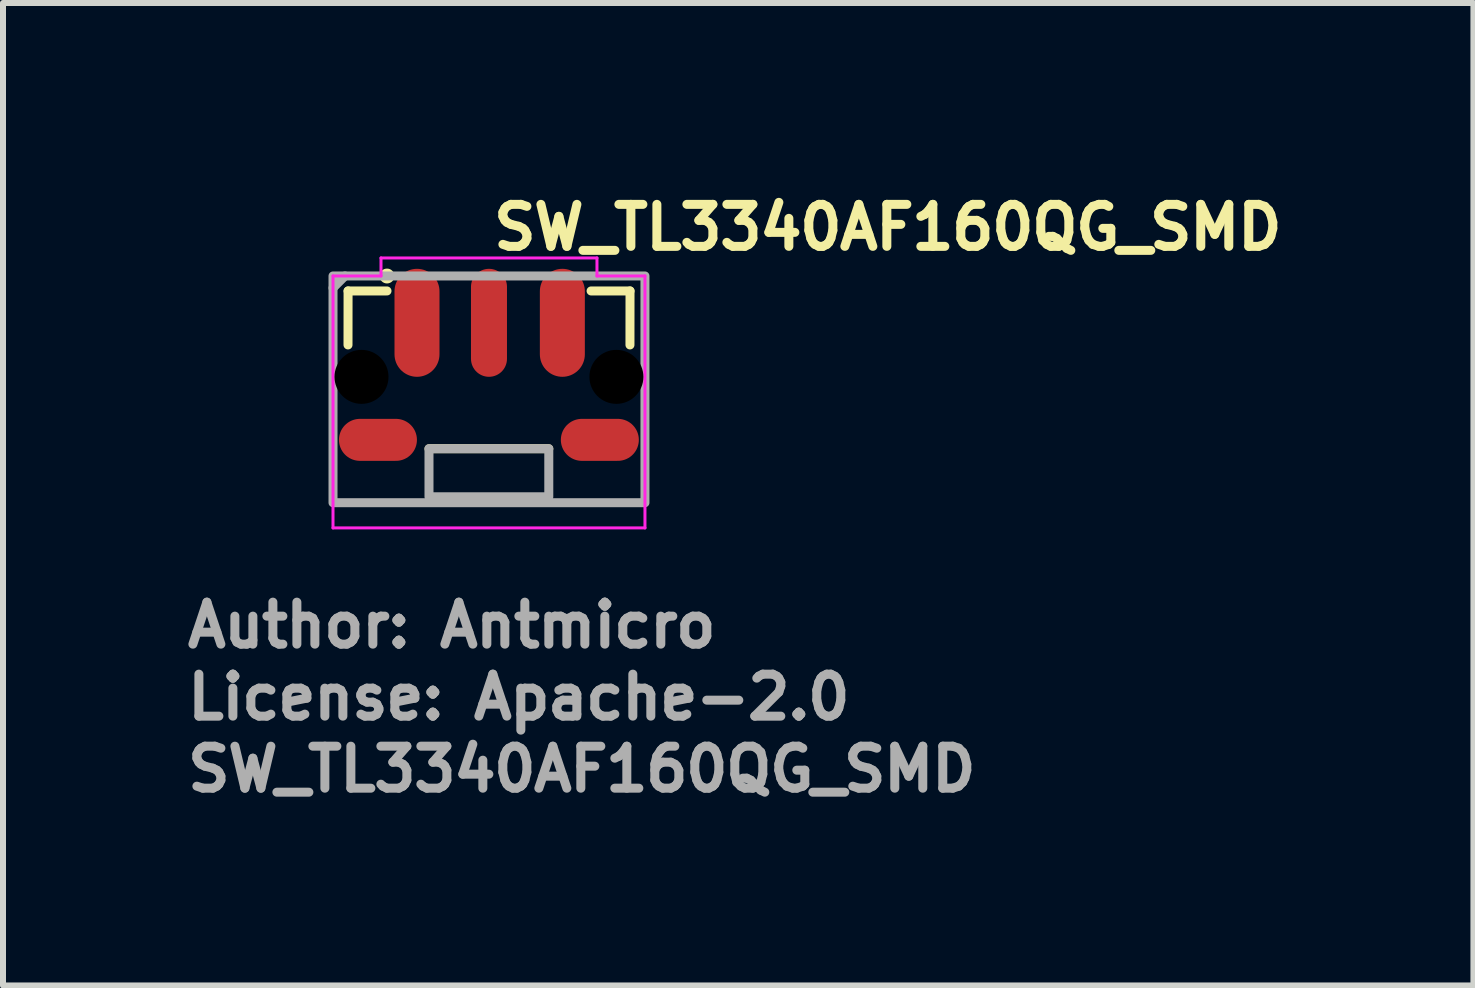
<source format=kicad_pcb>
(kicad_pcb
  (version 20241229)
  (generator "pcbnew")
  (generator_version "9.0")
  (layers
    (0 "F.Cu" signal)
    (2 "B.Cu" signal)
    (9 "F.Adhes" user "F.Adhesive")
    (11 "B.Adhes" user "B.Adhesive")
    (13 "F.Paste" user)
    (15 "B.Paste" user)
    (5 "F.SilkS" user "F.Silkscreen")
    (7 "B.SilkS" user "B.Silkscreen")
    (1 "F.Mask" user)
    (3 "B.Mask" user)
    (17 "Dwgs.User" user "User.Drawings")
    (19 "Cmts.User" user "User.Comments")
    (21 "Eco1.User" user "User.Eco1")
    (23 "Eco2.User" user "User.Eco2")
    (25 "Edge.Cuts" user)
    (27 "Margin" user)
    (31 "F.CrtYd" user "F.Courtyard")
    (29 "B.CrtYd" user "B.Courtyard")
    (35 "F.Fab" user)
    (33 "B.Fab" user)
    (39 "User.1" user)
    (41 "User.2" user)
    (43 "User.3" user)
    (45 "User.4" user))
  (footprint "SW_TL3340AF160QG_SMD"
    (layer "F.Cu")
    (at 5.101 3.45)
    (property "Reference" "SW_TL3340AF160QG_SMD" (at 0 -2.3 0) (layer "F.SilkS") (effects (font (size 0.7 0.7) (thickness 0.15)) (justify left bottom)))
    (attr smd)
    (fp_line (start -2.349 -1.65) (end -2.35 -0.75) (stroke (width 0.15) (type solid)) (layer "F.SilkS"))
    (fp_line (start -2.349 -1.65) (end -1.7 -1.65) (stroke (width 0.15) (type solid)) (layer "F.SilkS"))
    (fp_line (start -1 0.98) (end 0.997 0.98) (stroke (width 0.15) (type solid)) (layer "F.SilkS"))
    (fp_line (start 1.702 -1.65) (end 2.351 -1.65) (stroke (width 0.15) (type solid)) (layer "F.SilkS"))
    (fp_line (start 2.351 -1.65) (end 2.35 -0.75) (stroke (width 0.15) (type solid)) (layer "F.SilkS"))
    (fp_circle (center -1.7 -1.899) (end -1.651 -1.899) (stroke (width 0.15) (type solid)) (fill yes) (layer "F.SilkS"))
    (fp_line (start -2.6 -1.9) (end -1.8 -1.9) (stroke (width 0.05) (type solid)) (layer "F.CrtYd"))
    (fp_line (start -2.6 2.3) (end -2.6 -1.9) (stroke (width 0.05) (type solid)) (layer "F.CrtYd"))
    (fp_line (start -1.8 -2.2) (end 1.8 -2.2) (stroke (width 0.05) (type solid)) (layer "F.CrtYd"))
    (fp_line (start -1.8 -1.9) (end -1.8 -2.2) (stroke (width 0.05) (type solid)) (layer "F.CrtYd"))
    (fp_line (start 1.8 -2.2) (end 1.8 -1.9) (stroke (width 0.05) (type solid)) (layer "F.CrtYd"))
    (fp_line (start 1.8 -1.9) (end 2.6 -1.9) (stroke (width 0.05) (type solid)) (layer "F.CrtYd"))
    (fp_line (start 2.6 -1.9) (end 2.6 2.3) (stroke (width 0.05) (type solid)) (layer "F.CrtYd"))
    (fp_line (start 2.6 2.3) (end -2.6 2.3) (stroke (width 0.05) (type solid)) (layer "F.CrtYd"))
    (fp_line (start -2.6 -1.7) (end -2.4 -1.9) (stroke (width 0.15) (type solid)) (layer "F.Fab"))
    (fp_rect (start -2.6 1.88) (end 2.6 -1.9) (stroke (width 0.15) (type solid)) (fill no) (layer "F.Fab"))
    (fp_rect (start 0.997 0.98) (end -1 1.781) (stroke (width 0.15) (type solid)) (fill no) (layer "F.Fab"))
    (fp_rect (start -2.25 -1.833) (end 2.249 1.832) (stroke (width 0.1) (type solid)) (fill no) (layer "User.5"))
    (fp_line (start -2.25 -1.518) (end -2.25 -0.82) (stroke (width 0.02) (type solid)) (layer "User.9"))
    (fp_line (start -2.25 -0.82) (end -2.25 -0.57) (stroke (width 0.02) (type solid)) (layer "User.9"))
    (fp_line (start -2.25 -0.82) (end -2.165 -0.82) (stroke (width 0.02) (type solid)) (layer "User.9"))
    (fp_line (start -2.25 -0.57) (end -2.25 0.682) (stroke (width 0.02) (type solid)) (layer "User.9"))
    (fp_line (start -2.25 -0.57) (end -2 -0.57) (stroke (width 0.02) (type solid)) (layer "User.9"))
    (fp_line (start -2.25 0.696) (end -2.25 0.682) (stroke (width 0.02) (type solid)) (layer "User.9"))
    (fp_line (start -2.25 0.707) (end -2.25 0.696) (stroke (width 0.02) (type solid)) (layer "User.9"))
    (fp_line (start -2.25 0.721) (end -2.25 0.707) (stroke (width 0.02) (type solid)) (layer "User.9"))
    (fp_line (start -2.246 0.734) (end -2.25 0.721) (stroke (width 0.02) (type solid)) (layer "User.9"))
    (fp_line (start -2.243 0.747) (end -2.246 0.734) (stroke (width 0.02) (type solid)) (layer "User.9"))
    (fp_line (start -2.242 0.76) (end -2.243 0.747) (stroke (width 0.02) (type solid)) (layer "User.9"))
    (fp_line (start -2.238 0.774) (end -2.242 0.76) (stroke (width 0.02) (type solid)) (layer "User.9"))
    (fp_line (start -2.234 0.787) (end -2.238 0.774) (stroke (width 0.02) (type solid)) (layer "User.9"))
    (fp_line (start -2.227 0.799) (end -2.234 0.787) (stroke (width 0.02) (type solid)) (layer "User.9"))
    (fp_line (start -2.222 0.811) (end -2.227 0.799) (stroke (width 0.02) (type solid)) (layer "User.9"))
    (fp_line (start -2.218 0.822) (end -2.222 0.811) (stroke (width 0.02) (type solid)) (layer "User.9"))
    (fp_line (start -2.21 0.832) (end -2.218 0.822) (stroke (width 0.02) (type solid)) (layer "User.9"))
    (fp_line (start -2.203 0.843) (end -2.21 0.832) (stroke (width 0.02) (type solid)) (layer "User.9"))
    (fp_line (start -2.195 0.853) (end -2.203 0.843) (stroke (width 0.02) (type solid)) (layer "User.9"))
    (fp_line (start -2.19 0.864) (end -2.195 0.853) (stroke (width 0.02) (type solid)) (layer "User.9"))
    (fp_line (start -2.182 0.874) (end -2.19 0.864) (stroke (width 0.02) (type solid)) (layer "User.9"))
    (fp_line (start -2.173 0.884) (end -2.182 0.874) (stroke (width 0.02) (type solid)) (layer "User.9"))
    (fp_line (start -2.165 -1.518) (end -2.25 -1.518) (stroke (width 0.02) (type solid)) (layer "User.9"))
    (fp_line (start -2.165 -1.518) (end -1.909 -1.518) (stroke (width 0.02) (type solid)) (layer "User.9"))
    (fp_line (start -2.162 0.893) (end -2.173 0.884) (stroke (width 0.02) (type solid)) (layer "User.9"))
    (fp_line (start -2.153 0.904) (end -2.162 0.893) (stroke (width 0.02) (type solid)) (layer "User.9"))
    (fp_line (start -2.145 0.912) (end -2.153 0.904) (stroke (width 0.02) (type solid)) (layer "User.9"))
    (fp_line (start -2.133 0.92) (end -2.145 0.912) (stroke (width 0.02) (type solid)) (layer "User.9"))
    (fp_line (start -2.122 0.928) (end -2.133 0.92) (stroke (width 0.02) (type solid)) (layer "User.9"))
    (fp_line (start -2.113 0.935) (end -2.122 0.928) (stroke (width 0.02) (type solid)) (layer "User.9"))
    (fp_line (start -2.101 0.942) (end -2.113 0.935) (stroke (width 0.02) (type solid)) (layer "User.9"))
    (fp_line (start -2.089 0.948) (end -2.101 0.942) (stroke (width 0.02) (type solid)) (layer "User.9"))
    (fp_line (start -2.077 0.954) (end -2.089 0.948) (stroke (width 0.02) (type solid)) (layer "User.9"))
    (fp_line (start -2.065 0.959) (end -2.077 0.954) (stroke (width 0.02) (type solid)) (layer "User.9"))
    (fp_line (start -2.053 0.962) (end -2.065 0.959) (stroke (width 0.02) (type solid)) (layer "User.9"))
    (fp_line (start -2.04 0.967) (end -2.053 0.962) (stroke (width 0.02) (type solid)) (layer "User.9"))
    (fp_line (start -2.028 0.97) (end -2.04 0.967) (stroke (width 0.02) (type solid)) (layer "User.9"))
    (fp_line (start -2.016 0.973) (end -2.028 0.97) (stroke (width 0.02) (type solid)) (layer "User.9"))
    (fp_line (start -2 -1.569) (end -2 -1.518) (stroke (width 0.02) (type solid)) (layer "User.9"))
    (fp_line (start -2 -0.82) (end -2.165 -0.82) (stroke (width 0.02) (type solid)) (layer "User.9"))
    (fp_line (start -2 -0.82) (end -2 0.782) (stroke (width 0.02) (type solid)) (layer "User.9"))
    (fp_line (start -2 0.782) (end -2 0.976) (stroke (width 0.02) (type solid)) (layer "User.9"))
    (fp_line (start -2 0.782) (end -1.901 0.782) (stroke (width 0.02) (type solid)) (layer "User.9"))
    (fp_line (start -2 0.976) (end -2.016 0.973) (stroke (width 0.02) (type solid)) (layer "User.9"))
    (fp_line (start -1.994 0.977) (end -2 0.976) (stroke (width 0.02) (type solid)) (layer "User.9"))
    (fp_line (start -1.988 0.978) (end -1.994 0.977) (stroke (width 0.02) (type solid)) (layer "User.9"))
    (fp_line (start -1.982 0.979) (end -1.988 0.978) (stroke (width 0.02) (type solid)) (layer "User.9"))
    (fp_line (start -1.976 0.979) (end -1.982 0.979) (stroke (width 0.02) (type solid)) (layer "User.9"))
    (fp_line (start -1.97 0.98) (end -1.976 0.979) (stroke (width 0.02) (type solid)) (layer "User.9"))
    (fp_line (start -1.966 -1.569) (end -2 -1.569) (stroke (width 0.02) (type solid)) (layer "User.9"))
    (fp_line (start -1.966 -1.569) (end -1.635 -1.569) (stroke (width 0.02) (type solid)) (layer "User.9"))
    (fp_line (start -1.964 0.98) (end -1.97 0.98) (stroke (width 0.02) (type solid)) (layer "User.9"))
    (fp_line (start -1.958 0.98) (end -1.964 0.98) (stroke (width 0.02) (type solid)) (layer "User.9"))
    (fp_line (start -1.95 0.98) (end -1.958 0.98) (stroke (width 0.02) (type solid)) (layer "User.9"))
    (fp_line (start -1.95 0.98) (end 1.949 0.98) (stroke (width 0.02) (type solid)) (layer "User.9"))
    (fp_line (start -1.901 -0.82) (end -2 -0.82) (stroke (width 0.02) (type solid)) (layer "User.9"))
    (fp_line (start -1.901 -0.82) (end -1.5 -0.82) (stroke (width 0.02) (type solid)) (layer "User.9"))
    (fp_line (start -1.851 -1.518) (end -1.909 -1.518) (stroke (width 0.02) (type solid)) (layer "User.9"))
    (fp_line (start -1.851 -1.518) (end -1.851 -1.319) (stroke (width 0.02) (type solid)) (layer "User.9"))
    (fp_line (start -1.851 -1.518) (end -1.738 -1.518) (stroke (width 0.02) (type solid)) (layer "User.9"))
    (fp_line (start -1.851 -1.518) (end -1.738 -1.518) (stroke (width 0.02) (type solid)) (layer "User.9"))
    (fp_line (start -1.851 -1.018) (end -1.851 -1.319) (stroke (width 0.02) (type solid)) (layer "User.9"))
    (fp_line (start -1.851 -1.018) (end -1.851 -0.82) (stroke (width 0.02) (type solid)) (layer "User.9"))
    (fp_line (start -1.738 -1.518) (end -1.651 -1.518) (stroke (width 0.02) (type solid)) (layer "User.9"))
    (fp_line (start -1.73 0.98) (end -1.73 1.082) (stroke (width 0.02) (type solid)) (layer "User.9"))
    (fp_line (start -1.73 1.082) (end -1.726 1.082) (stroke (width 0.02) (type solid)) (layer "User.9"))
    (fp_line (start -1.726 1.082) (end -1.726 1.082) (stroke (width 0.02) (type solid)) (layer "User.9"))
    (fp_line (start -1.726 1.082) (end -1.708 1.082) (stroke (width 0.02) (type solid)) (layer "User.9"))
    (fp_line (start -1.708 1.082) (end -1.708 1.082) (stroke (width 0.02) (type solid)) (layer "User.9"))
    (fp_line (start -1.708 1.082) (end -1.68 1.082) (stroke (width 0.02) (type solid)) (layer "User.9"))
    (fp_line (start -1.68 1.082) (end -1.68 1.082) (stroke (width 0.02) (type solid)) (layer "User.9"))
    (fp_line (start -1.68 1.082) (end -1.601 1.082) (stroke (width 0.02) (type solid)) (layer "User.9"))
    (fp_line (start -1.651 -1.518) (end -1.851 -1.518) (stroke (width 0.02) (type solid)) (layer "User.9"))
    (fp_line (start -1.651 -1.319) (end -1.651 -1.518) (stroke (width 0.02) (type solid)) (layer "User.9"))
    (fp_line (start -1.651 -1.018) (end -1.651 -1.319) (stroke (width 0.02) (type solid)) (layer "User.9"))
    (fp_line (start -1.651 -0.82) (end -1.651 -1.018) (stroke (width 0.02) (type solid)) (layer "User.9"))
    (fp_line (start -1.601 -1.569) (end -1.635 -1.569) (stroke (width 0.02) (type solid)) (layer "User.9"))
    (fp_line (start -1.601 -1.569) (end -1.601 -0.82) (stroke (width 0.02) (type solid)) (layer "User.9"))
    (fp_line (start -1.601 1.082) (end -1.601 1.082) (stroke (width 0.02) (type solid)) (layer "User.9"))
    (fp_line (start -1.601 1.082) (end -1.5 1.082) (stroke (width 0.02) (type solid)) (layer "User.9"))
    (fp_line (start -1.5 -1.833) (end -0.85 -1.833) (stroke (width 0.02) (type solid)) (layer "User.9"))
    (fp_line (start -1.5 -1.686) (end -1.5 -1.833) (stroke (width 0.02) (type solid)) (layer "User.9"))
    (fp_line (start -1.5 -1.686) (end -0.85 -1.686) (stroke (width 0.02) (type solid)) (layer "User.9"))
    (fp_line (start -1.5 -1.619) (end -1.5 -1.686) (stroke (width 0.02) (type solid)) (layer "User.9"))
    (fp_line (start -1.5 -1.619) (end -0.85 -1.619) (stroke (width 0.02) (type solid)) (layer "User.9"))
    (fp_line (start -1.5 -1.569) (end -1.601 -1.569) (stroke (width 0.02) (type solid)) (layer "User.9"))
    (fp_line (start -1.5 -1.569) (end -1.5 -1.619) (stroke (width 0.02) (type solid)) (layer "User.9"))
    (fp_line (start -1.5 -1.569) (end 1.499 -1.569) (stroke (width 0.02) (type solid)) (layer "User.9"))
    (fp_line (start -1.5 1.082) (end -1.5 1.082) (stroke (width 0.02) (type solid)) (layer "User.9"))
    (fp_line (start -1.5 1.082) (end -1.357 1.082) (stroke (width 0.02) (type solid)) (layer "User.9"))
    (fp_line (start -1.357 1.082) (end -1.357 1.082) (stroke (width 0.02) (type solid)) (layer "User.9"))
    (fp_line (start -1.357 1.082) (end -1.321 1.082) (stroke (width 0.02) (type solid)) (layer "User.9"))
    (fp_line (start -1.321 1.082) (end -1.321 1.082) (stroke (width 0.02) (type solid)) (layer "User.9"))
    (fp_line (start -1.321 1.082) (end -1.293 1.082) (stroke (width 0.02) (type solid)) (layer "User.9"))
    (fp_line (start -1.293 1.082) (end -1.293 1.082) (stroke (width 0.02) (type solid)) (layer "User.9"))
    (fp_line (start -1.293 1.082) (end -1.276 1.082) (stroke (width 0.02) (type solid)) (layer "User.9"))
    (fp_line (start -1.276 1.082) (end -1.276 1.082) (stroke (width 0.02) (type solid)) (layer "User.9"))
    (fp_line (start -1.276 1.082) (end -1.27 1.082) (stroke (width 0.02) (type solid)) (layer "User.9"))
    (fp_line (start -1.27 0.98) (end -1.27 1.082) (stroke (width 0.02) (type solid)) (layer "User.9"))
    (fp_line (start -1 0.98) (end -1 1.731) (stroke (width 0.02) (type solid)) (layer "User.9"))
    (fp_line (start -1 1.731) (end -1 1.737) (stroke (width 0.02) (type solid)) (layer "User.9"))
    (fp_line (start -1 1.737) (end -1 1.741) (stroke (width 0.02) (type solid)) (layer "User.9"))
    (fp_line (start -1 1.741) (end -1 1.747) (stroke (width 0.02) (type solid)) (layer "User.9"))
    (fp_line (start -1 1.747) (end -0.999 1.751) (stroke (width 0.02) (type solid)) (layer "User.9"))
    (fp_line (start -0.999 1.751) (end -0.998 1.757) (stroke (width 0.02) (type solid)) (layer "User.9"))
    (fp_line (start -0.998 1.757) (end -0.996 1.761) (stroke (width 0.02) (type solid)) (layer "User.9"))
    (fp_line (start -0.996 1.761) (end -0.995 1.765) (stroke (width 0.02) (type solid)) (layer "User.9"))
    (fp_line (start -0.995 1.765) (end -0.993 1.771) (stroke (width 0.02) (type solid)) (layer "User.9"))
    (fp_line (start -0.993 1.771) (end -0.991 1.775) (stroke (width 0.02) (type solid)) (layer "User.9"))
    (fp_line (start -0.991 1.775) (end -0.989 1.779) (stroke (width 0.02) (type solid)) (layer "User.9"))
    (fp_line (start -0.989 1.779) (end -0.986 1.783) (stroke (width 0.02) (type solid)) (layer "User.9"))
    (fp_line (start -0.986 1.783) (end -0.984 1.787) (stroke (width 0.02) (type solid)) (layer "User.9"))
    (fp_line (start -0.984 1.787) (end -0.981 1.792) (stroke (width 0.02) (type solid)) (layer "User.9"))
    (fp_line (start -0.981 1.792) (end -0.978 1.796) (stroke (width 0.02) (type solid)) (layer "User.9"))
    (fp_line (start -0.978 1.796) (end -0.974 1.798) (stroke (width 0.02) (type solid)) (layer "User.9"))
    (fp_line (start -0.974 1.798) (end -0.971 1.802) (stroke (width 0.02) (type solid)) (layer "User.9"))
    (fp_line (start -0.971 1.802) (end -0.968 1.806) (stroke (width 0.02) (type solid)) (layer "User.9"))
    (fp_line (start -0.968 1.806) (end -0.964 1.808) (stroke (width 0.02) (type solid)) (layer "User.9"))
    (fp_line (start -0.964 1.808) (end -0.96 1.812) (stroke (width 0.02) (type solid)) (layer "User.9"))
    (fp_line (start -0.96 1.812) (end -0.958 1.814) (stroke (width 0.02) (type solid)) (layer "User.9"))
    (fp_line (start -0.958 1.814) (end -0.954 1.818) (stroke (width 0.02) (type solid)) (layer "User.9"))
    (fp_line (start -0.954 1.818) (end -0.95 1.82) (stroke (width 0.02) (type solid)) (layer "User.9"))
    (fp_line (start -0.95 1.82) (end -0.945 1.822) (stroke (width 0.02) (type solid)) (layer "User.9"))
    (fp_line (start -0.945 1.822) (end -0.941 1.824) (stroke (width 0.02) (type solid)) (layer "User.9"))
    (fp_line (start -0.941 1.824) (end -0.936 1.826) (stroke (width 0.02) (type solid)) (layer "User.9"))
    (fp_line (start -0.936 1.826) (end -0.932 1.828) (stroke (width 0.02) (type solid)) (layer "User.9"))
    (fp_line (start -0.932 1.828) (end -0.927 1.828) (stroke (width 0.02) (type solid)) (layer "User.9"))
    (fp_line (start -0.927 1.828) (end -0.922 1.83) (stroke (width 0.02) (type solid)) (layer "User.9"))
    (fp_line (start -0.922 1.83) (end -0.917 1.83) (stroke (width 0.02) (type solid)) (layer "User.9"))
    (fp_line (start -0.917 1.83) (end -0.912 1.832) (stroke (width 0.02) (type solid)) (layer "User.9"))
    (fp_line (start -0.912 1.832) (end -0.907 1.832) (stroke (width 0.02) (type solid)) (layer "User.9"))
    (fp_line (start -0.907 1.832) (end -0.903 1.832) (stroke (width 0.02) (type solid)) (layer "User.9"))
    (fp_line (start -0.903 1.832) (end -0.878 1.832) (stroke (width 0.02) (type solid)) (layer "User.9"))
    (fp_line (start -0.878 1.832) (end -0.878 1.832) (stroke (width 0.02) (type solid)) (layer "User.9"))
    (fp_line (start -0.878 1.832) (end -0.813 1.832) (stroke (width 0.02) (type solid)) (layer "User.9"))
    (fp_line (start -0.85 -1.833) (end -0.85 -1.686) (stroke (width 0.02) (type solid)) (layer "User.9"))
    (fp_line (start -0.85 -1.686) (end -0.85 -1.619) (stroke (width 0.02) (type solid)) (layer "User.9"))
    (fp_line (start -0.85 -1.619) (end -0.85 -1.569) (stroke (width 0.02) (type solid)) (layer "User.9"))
    (fp_line (start -0.813 1.832) (end -0.813 1.832) (stroke (width 0.02) (type solid)) (layer "User.9"))
    (fp_line (start -0.813 1.832) (end -0.704 1.832) (stroke (width 0.02) (type solid)) (layer "User.9"))
    (fp_line (start -0.704 1.832) (end -0.704 1.832) (stroke (width 0.02) (type solid)) (layer "User.9"))
    (fp_line (start -0.704 1.832) (end -0.564 1.832) (stroke (width 0.02) (type solid)) (layer "User.9"))
    (fp_line (start -0.564 1.832) (end -0.564 1.832) (stroke (width 0.02) (type solid)) (layer "User.9"))
    (fp_line (start -0.564 1.832) (end -0.393 1.832) (stroke (width 0.02) (type solid)) (layer "User.9"))
    (fp_line (start -0.393 1.832) (end -0.393 1.832) (stroke (width 0.02) (type solid)) (layer "User.9"))
    (fp_line (start -0.393 1.832) (end -0.203 1.832) (stroke (width 0.02) (type solid)) (layer "User.9"))
    (fp_line (start -0.25 -1.833) (end -0.25 -1.686) (stroke (width 0.02) (type solid)) (layer "User.9"))
    (fp_line (start -0.25 -1.833) (end 0.247 -1.833) (stroke (width 0.02) (type solid)) (layer "User.9"))
    (fp_line (start -0.25 -1.686) (end -0.25 -1.619) (stroke (width 0.02) (type solid)) (layer "User.9"))
    (fp_line (start -0.25 -1.686) (end 0.247 -1.686) (stroke (width 0.02) (type solid)) (layer "User.9"))
    (fp_line (start -0.25 -1.619) (end -0.25 -1.569) (stroke (width 0.02) (type solid)) (layer "User.9"))
    (fp_line (start -0.25 -1.619) (end 0.247 -1.619) (stroke (width 0.02) (type solid)) (layer "User.9"))
    (fp_line (start -0.203 1.832) (end -0.203 1.832) (stroke (width 0.02) (type solid)) (layer "User.9"))
    (fp_line (start -0.203 1.832) (end 0 1.832) (stroke (width 0.02) (type solid)) (layer "User.9"))
    (fp_line (start 0 1.832) (end 0 1.832) (stroke (width 0.02) (type solid)) (layer "User.9"))
    (fp_line (start 0 1.832) (end 0.2 1.832) (stroke (width 0.02) (type solid)) (layer "User.9"))
    (fp_line (start 0.2 1.832) (end 0.2 1.832) (stroke (width 0.02) (type solid)) (layer "User.9"))
    (fp_line (start 0.2 1.832) (end 0.39 1.832) (stroke (width 0.02) (type solid)) (layer "User.9"))
    (fp_line (start 0.247 -1.686) (end 0.247 -1.833) (stroke (width 0.02) (type solid)) (layer "User.9"))
    (fp_line (start 0.247 -1.619) (end 0.247 -1.686) (stroke (width 0.02) (type solid)) (layer "User.9"))
    (fp_line (start 0.247 -1.569) (end 0.247 -1.619) (stroke (width 0.02) (type solid)) (layer "User.9"))
    (fp_line (start 0.39 1.832) (end 0.39 1.832) (stroke (width 0.02) (type solid)) (layer "User.9"))
    (fp_line (start 0.39 1.832) (end 0.561 1.832) (stroke (width 0.02) (type solid)) (layer "User.9"))
    (fp_line (start 0.561 1.832) (end 0.561 1.832) (stroke (width 0.02) (type solid)) (layer "User.9"))
    (fp_line (start 0.561 1.832) (end 0.703 1.832) (stroke (width 0.02) (type solid)) (layer "User.9"))
    (fp_line (start 0.703 1.832) (end 0.703 1.832) (stroke (width 0.02) (type solid)) (layer "User.9"))
    (fp_line (start 0.703 1.832) (end 0.81 1.832) (stroke (width 0.02) (type solid)) (layer "User.9"))
    (fp_line (start 0.81 1.832) (end 0.81 1.832) (stroke (width 0.02) (type solid)) (layer "User.9"))
    (fp_line (start 0.81 1.832) (end 0.875 1.832) (stroke (width 0.02) (type solid)) (layer "User.9"))
    (fp_line (start 0.847 -1.833) (end 0.847 -1.686) (stroke (width 0.02) (type solid)) (layer "User.9"))
    (fp_line (start 0.847 -1.686) (end 0.847 -1.619) (stroke (width 0.02) (type solid)) (layer "User.9"))
    (fp_line (start 0.847 -1.619) (end 0.847 -1.569) (stroke (width 0.02) (type solid)) (layer "User.9"))
    (fp_line (start 0.875 1.832) (end 0.875 1.832) (stroke (width 0.02) (type solid)) (layer "User.9"))
    (fp_line (start 0.875 1.832) (end 0.9 1.832) (stroke (width 0.02) (type solid)) (layer "User.9"))
    (fp_line (start 0.905 1.832) (end 0.9 1.832) (stroke (width 0.02) (type solid)) (layer "User.9"))
    (fp_line (start 0.91 1.832) (end 0.905 1.832) (stroke (width 0.02) (type solid)) (layer "User.9"))
    (fp_line (start 0.915 1.83) (end 0.91 1.832) (stroke (width 0.02) (type solid)) (layer "User.9"))
    (fp_line (start 0.919 1.83) (end 0.915 1.83) (stroke (width 0.02) (type solid)) (layer "User.9"))
    (fp_line (start 0.924 1.828) (end 0.919 1.83) (stroke (width 0.02) (type solid)) (layer "User.9"))
    (fp_line (start 0.929 1.828) (end 0.924 1.828) (stroke (width 0.02) (type solid)) (layer "User.9"))
    (fp_line (start 0.934 1.826) (end 0.929 1.828) (stroke (width 0.02) (type solid)) (layer "User.9"))
    (fp_line (start 0.938 1.824) (end 0.934 1.826) (stroke (width 0.02) (type solid)) (layer "User.9"))
    (fp_line (start 0.943 1.822) (end 0.938 1.824) (stroke (width 0.02) (type solid)) (layer "User.9"))
    (fp_line (start 0.947 1.82) (end 0.943 1.822) (stroke (width 0.02) (type solid)) (layer "User.9"))
    (fp_line (start 0.951 1.818) (end 0.947 1.82) (stroke (width 0.02) (type solid)) (layer "User.9"))
    (fp_line (start 0.955 1.814) (end 0.951 1.818) (stroke (width 0.02) (type solid)) (layer "User.9"))
    (fp_line (start 0.959 1.812) (end 0.955 1.814) (stroke (width 0.02) (type solid)) (layer "User.9"))
    (fp_line (start 0.961 1.808) (end 0.959 1.812) (stroke (width 0.02) (type solid)) (layer "User.9"))
    (fp_line (start 0.965 1.806) (end 0.961 1.808) (stroke (width 0.02) (type solid)) (layer "User.9"))
    (fp_line (start 0.968 1.802) (end 0.965 1.806) (stroke (width 0.02) (type solid)) (layer "User.9"))
    (fp_line (start 0.972 1.798) (end 0.968 1.802) (stroke (width 0.02) (type solid)) (layer "User.9"))
    (fp_line (start 0.975 1.794) (end 0.972 1.798) (stroke (width 0.02) (type solid)) (layer "User.9"))
    (fp_line (start 0.978 1.791) (end 0.975 1.794) (stroke (width 0.02) (type solid)) (layer "User.9"))
    (fp_line (start 0.981 1.787) (end 0.978 1.791) (stroke (width 0.02) (type solid)) (layer "User.9"))
    (fp_line (start 0.984 1.783) (end 0.981 1.787) (stroke (width 0.02) (type solid)) (layer "User.9"))
    (fp_line (start 0.986 1.779) (end 0.984 1.783) (stroke (width 0.02) (type solid)) (layer "User.9"))
    (fp_line (start 0.988 1.775) (end 0.986 1.779) (stroke (width 0.02) (type solid)) (layer "User.9"))
    (fp_line (start 0.99 1.769) (end 0.988 1.775) (stroke (width 0.02) (type solid)) (layer "User.9"))
    (fp_line (start 0.992 1.765) (end 0.99 1.769) (stroke (width 0.02) (type solid)) (layer "User.9"))
    (fp_line (start 0.994 1.761) (end 0.992 1.765) (stroke (width 0.02) (type solid)) (layer "User.9"))
    (fp_line (start 0.995 1.755) (end 0.994 1.761) (stroke (width 0.02) (type solid)) (layer "User.9"))
    (fp_line (start 0.996 1.751) (end 0.995 1.755) (stroke (width 0.02) (type solid)) (layer "User.9"))
    (fp_line (start 0.997 0.98) (end 0.997 1.731) (stroke (width 0.02) (type solid)) (layer "User.9"))
    (fp_line (start 0.997 1.731) (end 0.998 1.737) (stroke (width 0.02) (type solid)) (layer "User.9"))
    (fp_line (start 0.997 1.741) (end 0.997 1.747) (stroke (width 0.02) (type solid)) (layer "User.9"))
    (fp_line (start 0.997 1.747) (end 0.996 1.751) (stroke (width 0.02) (type solid)) (layer "User.9"))
    (fp_line (start 0.998 1.737) (end 0.997 1.741) (stroke (width 0.02) (type solid)) (layer "User.9"))
    (fp_line (start 1.269 0.98) (end 1.269 1.082) (stroke (width 0.02) (type solid)) (layer "User.9"))
    (fp_line (start 1.269 1.082) (end 1.275 1.082) (stroke (width 0.02) (type solid)) (layer "User.9"))
    (fp_line (start 1.275 1.082) (end 1.275 1.082) (stroke (width 0.02) (type solid)) (layer "User.9"))
    (fp_line (start 1.275 1.082) (end 1.292 1.082) (stroke (width 0.02) (type solid)) (layer "User.9"))
    (fp_line (start 1.292 1.082) (end 1.292 1.082) (stroke (width 0.02) (type solid)) (layer "User.9"))
    (fp_line (start 1.292 1.082) (end 1.32 1.082) (stroke (width 0.02) (type solid)) (layer "User.9"))
    (fp_line (start 1.32 1.082) (end 1.32 1.082) (stroke (width 0.02) (type solid)) (layer "User.9"))
    (fp_line (start 1.32 1.082) (end 1.4 1.082) (stroke (width 0.02) (type solid)) (layer "User.9"))
    (fp_line (start 1.4 1.082) (end 1.4 1.082) (stroke (width 0.02) (type solid)) (layer "User.9"))
    (fp_line (start 1.4 1.082) (end 1.499 1.082) (stroke (width 0.02) (type solid)) (layer "User.9"))
    (fp_line (start 1.499 -1.833) (end 0.847 -1.833) (stroke (width 0.02) (type solid)) (layer "User.9"))
    (fp_line (start 1.499 -1.686) (end 0.847 -1.686) (stroke (width 0.02) (type solid)) (layer "User.9"))
    (fp_line (start 1.499 -1.686) (end 1.499 -1.833) (stroke (width 0.02) (type solid)) (layer "User.9"))
    (fp_line (start 1.499 -1.619) (end 0.847 -1.619) (stroke (width 0.02) (type solid)) (layer "User.9"))
    (fp_line (start 1.499 -1.619) (end 1.499 -1.686) (stroke (width 0.02) (type solid)) (layer "User.9"))
    (fp_line (start 1.499 -1.569) (end 1.499 -1.619) (stroke (width 0.02) (type solid)) (layer "User.9"))
    (fp_line (start 1.499 -0.82) (end 1.898 -0.82) (stroke (width 0.02) (type solid)) (layer "User.9"))
    (fp_line (start 1.499 1.082) (end 1.499 1.082) (stroke (width 0.02) (type solid)) (layer "User.9"))
    (fp_line (start 1.499 1.082) (end 1.642 1.082) (stroke (width 0.02) (type solid)) (layer "User.9"))
    (fp_line (start 1.6 -1.569) (end 1.499 -1.569) (stroke (width 0.02) (type solid)) (layer "User.9"))
    (fp_line (start 1.6 -0.82) (end 1.6 -1.569) (stroke (width 0.02) (type solid)) (layer "User.9"))
    (fp_line (start 1.634 -1.569) (end 1.6 -1.569) (stroke (width 0.02) (type solid)) (layer "User.9"))
    (fp_line (start 1.634 -1.569) (end 1.965 -1.569) (stroke (width 0.02) (type solid)) (layer "User.9"))
    (fp_line (start 1.642 1.082) (end 1.642 1.082) (stroke (width 0.02) (type solid)) (layer "User.9"))
    (fp_line (start 1.642 1.082) (end 1.679 1.082) (stroke (width 0.02) (type solid)) (layer "User.9"))
    (fp_line (start 1.648 -1.518) (end 1.648 -1.319) (stroke (width 0.02) (type solid)) (layer "User.9"))
    (fp_line (start 1.648 -1.018) (end 1.648 -1.319) (stroke (width 0.02) (type solid)) (layer "User.9"))
    (fp_line (start 1.648 -1.018) (end 1.648 -0.82) (stroke (width 0.02) (type solid)) (layer "User.9"))
    (fp_line (start 1.679 1.082) (end 1.679 1.082) (stroke (width 0.02) (type solid)) (layer "User.9"))
    (fp_line (start 1.679 1.082) (end 1.707 1.082) (stroke (width 0.02) (type solid)) (layer "User.9"))
    (fp_line (start 1.707 1.082) (end 1.707 1.082) (stroke (width 0.02) (type solid)) (layer "User.9"))
    (fp_line (start 1.707 1.082) (end 1.723 1.082) (stroke (width 0.02) (type solid)) (layer "User.9"))
    (fp_line (start 1.723 1.082) (end 1.723 1.082) (stroke (width 0.02) (type solid)) (layer "User.9"))
    (fp_line (start 1.723 1.082) (end 1.729 1.082) (stroke (width 0.02) (type solid)) (layer "User.9"))
    (fp_line (start 1.729 0.98) (end 1.729 1.082) (stroke (width 0.02) (type solid)) (layer "User.9"))
    (fp_line (start 1.85 -1.518) (end 1.648 -1.518) (stroke (width 0.02) (type solid)) (layer "User.9"))
    (fp_line (start 1.85 -1.319) (end 1.85 -1.518) (stroke (width 0.02) (type solid)) (layer "User.9"))
    (fp_line (start 1.85 -1.018) (end 1.85 -1.319) (stroke (width 0.02) (type solid)) (layer "User.9"))
    (fp_line (start 1.85 -0.82) (end 1.85 -1.018) (stroke (width 0.02) (type solid)) (layer "User.9"))
    (fp_line (start 1.898 0.782) (end 1.999 0.782) (stroke (width 0.02) (type solid)) (layer "User.9"))
    (fp_line (start 1.908 -1.518) (end 1.85 -1.518) (stroke (width 0.02) (type solid)) (layer "User.9"))
    (fp_line (start 1.955 0.98) (end 1.949 0.98) (stroke (width 0.02) (type solid)) (layer "User.9"))
    (fp_line (start 1.961 0.98) (end 1.955 0.98) (stroke (width 0.02) (type solid)) (layer "User.9"))
    (fp_line (start 1.967 0.98) (end 1.961 0.98) (stroke (width 0.02) (type solid)) (layer "User.9"))
    (fp_line (start 1.975 0.979) (end 1.967 0.98) (stroke (width 0.02) (type solid)) (layer "User.9"))
    (fp_line (start 1.981 0.979) (end 1.975 0.979) (stroke (width 0.02) (type solid)) (layer "User.9"))
    (fp_line (start 1.987 0.978) (end 1.981 0.979) (stroke (width 0.02) (type solid)) (layer "User.9"))
    (fp_line (start 1.993 0.977) (end 1.987 0.978) (stroke (width 0.02) (type solid)) (layer "User.9"))
    (fp_line (start 1.999 -1.569) (end 1.965 -1.569) (stroke (width 0.02) (type solid)) (layer "User.9"))
    (fp_line (start 1.999 -1.569) (end 1.999 -1.518) (stroke (width 0.02) (type solid)) (layer "User.9"))
    (fp_line (start 1.999 -1.518) (end 1.999 -1.569) (stroke (width 0.02) (type solid)) (layer "User.9"))
    (fp_line (start 1.999 -0.82) (end 1.898 -0.82) (stroke (width 0.02) (type solid)) (layer "User.9"))
    (fp_line (start 1.999 -0.82) (end 2.16 -0.82) (stroke (width 0.02) (type solid)) (layer "User.9"))
    (fp_line (start 1.999 0.782) (end 1.999 -0.82) (stroke (width 0.02) (type solid)) (layer "User.9"))
    (fp_line (start 1.999 0.782) (end 1.999 0.976) (stroke (width 0.02) (type solid)) (layer "User.9"))
    (fp_line (start 1.999 0.976) (end 1.993 0.977) (stroke (width 0.02) (type solid)) (layer "User.9"))
    (fp_line (start 2.011 0.973) (end 1.999 0.976) (stroke (width 0.02) (type solid)) (layer "User.9"))
    (fp_line (start 2.026 0.97) (end 2.011 0.973) (stroke (width 0.02) (type solid)) (layer "User.9"))
    (fp_line (start 2.039 0.967) (end 2.026 0.97) (stroke (width 0.02) (type solid)) (layer "User.9"))
    (fp_line (start 2.052 0.962) (end 2.039 0.967) (stroke (width 0.02) (type solid)) (layer "User.9"))
    (fp_line (start 2.064 0.959) (end 2.052 0.962) (stroke (width 0.02) (type solid)) (layer "User.9"))
    (fp_line (start 2.076 0.954) (end 2.064 0.959) (stroke (width 0.02) (type solid)) (layer "User.9"))
    (fp_line (start 2.088 0.948) (end 2.076 0.954) (stroke (width 0.02) (type solid)) (layer "User.9"))
    (fp_line (start 2.099 0.942) (end 2.088 0.948) (stroke (width 0.02) (type solid)) (layer "User.9"))
    (fp_line (start 2.111 0.935) (end 2.099 0.942) (stroke (width 0.02) (type solid)) (layer "User.9"))
    (fp_line (start 2.12 0.928) (end 2.111 0.935) (stroke (width 0.02) (type solid)) (layer "User.9"))
    (fp_line (start 2.132 0.92) (end 2.12 0.928) (stroke (width 0.02) (type solid)) (layer "User.9"))
    (fp_line (start 2.14 0.912) (end 2.132 0.92) (stroke (width 0.02) (type solid)) (layer "User.9"))
    (fp_line (start 2.152 0.904) (end 2.14 0.912) (stroke (width 0.02) (type solid)) (layer "User.9"))
    (fp_line (start 2.16 -1.518) (end 1.908 -1.518) (stroke (width 0.02) (type solid)) (layer "User.9"))
    (fp_line (start 2.16 -0.82) (end 2.249 -0.82) (stroke (width 0.02) (type solid)) (layer "User.9"))
    (fp_line (start 2.16 0.893) (end 2.152 0.904) (stroke (width 0.02) (type solid)) (layer "User.9"))
    (fp_line (start 2.168 0.884) (end 2.16 0.893) (stroke (width 0.02) (type solid)) (layer "User.9"))
    (fp_line (start 2.177 0.874) (end 2.168 0.884) (stroke (width 0.02) (type solid)) (layer "User.9"))
    (fp_line (start 2.185 0.864) (end 2.177 0.874) (stroke (width 0.02) (type solid)) (layer "User.9"))
    (fp_line (start 2.193 0.853) (end 2.185 0.864) (stroke (width 0.02) (type solid)) (layer "User.9"))
    (fp_line (start 2.201 0.843) (end 2.193 0.853) (stroke (width 0.02) (type solid)) (layer "User.9"))
    (fp_line (start 2.208 0.832) (end 2.201 0.843) (stroke (width 0.02) (type solid)) (layer "User.9"))
    (fp_line (start 2.213 0.822) (end 2.208 0.832) (stroke (width 0.02) (type solid)) (layer "User.9"))
    (fp_line (start 2.221 0.811) (end 2.213 0.822) (stroke (width 0.02) (type solid)) (layer "User.9"))
    (fp_line (start 2.225 0.799) (end 2.221 0.811) (stroke (width 0.02) (type solid)) (layer "User.9"))
    (fp_line (start 2.229 0.787) (end 2.225 0.799) (stroke (width 0.02) (type solid)) (layer "User.9"))
    (fp_line (start 2.233 0.774) (end 2.229 0.787) (stroke (width 0.02) (type solid)) (layer "User.9"))
    (fp_line (start 2.237 0.76) (end 2.233 0.774) (stroke (width 0.02) (type solid)) (layer "User.9"))
    (fp_line (start 2.241 0.747) (end 2.237 0.76) (stroke (width 0.02) (type solid)) (layer "User.9"))
    (fp_line (start 2.245 0.721) (end 2.245 0.734) (stroke (width 0.02) (type solid)) (layer "User.9"))
    (fp_line (start 2.245 0.734) (end 2.241 0.747) (stroke (width 0.02) (type solid)) (layer "User.9"))
    (fp_line (start 2.248 0.707) (end 2.245 0.721) (stroke (width 0.02) (type solid)) (layer "User.9"))
    (fp_line (start 2.249 -1.518) (end 2.16 -1.518) (stroke (width 0.02) (type solid)) (layer "User.9"))
    (fp_line (start 2.249 -0.82) (end 2.249 -1.518) (stroke (width 0.02) (type solid)) (layer "User.9"))
    (fp_line (start 2.249 -0.82) (end 2.249 -0.57) (stroke (width 0.02) (type solid)) (layer "User.9"))
    (fp_line (start 2.249 -0.57) (end 1.999 -0.57) (stroke (width 0.02) (type solid)) (layer "User.9"))
    (fp_line (start 2.249 -0.57) (end 2.249 0.682) (stroke (width 0.02) (type solid)) (layer "User.9"))
    (fp_line (start 2.249 0.682) (end 2.249 0.696) (stroke (width 0.02) (type solid)) (layer "User.9"))
    (fp_line (start 2.249 0.696) (end 2.248 0.707) (stroke (width 0.02) (type solid)) (layer "User.9"))
    (fp_text user "License: Apache-2.0" (at -5.101 5.531 0) (layer "F.Fab") (effects (font (size 0.7 0.7) (thickness 0.15)) (justify left bottom)))
    (fp_text user "${REFERENCE}" (at -5.101 6.732 0) (layer "F.Fab") (effects (font (size 0.7 0.7) (thickness 0.15)) (justify left bottom)))
    (fp_text user "Author: Antmicro" (at -5.101 4.331 0) (layer "F.Fab") (effects (font (size 0.7 0.7) (thickness 0.15)) (justify left bottom)))
    (pad "" np_thru_hole circle (at -2.125 -0.218 180) (size 0.9 0.9) (drill 0.9) (layers "*.Mask"))
    (pad "" np_thru_hole circle (at 2.124 -0.218 180) (size 0.9 0.9) (drill 0.9) (layers "*.Mask"))
    (pad "1" smd oval (at 1.223 -1.119 180) (size 0.75 1.8) (layers "F.Cu" "F.Mask" "F.Paste"))
    (pad "2" smd oval (at 0 -1.119 180) (size 0.6 1.8) (layers "F.Cu" "F.Mask" "F.Paste"))
    (pad "3" smd oval (at -1.2 -1.119 180) (size 0.75 1.8) (layers "F.Cu" "F.Mask" "F.Paste"))
    (pad "SH" smd oval (at -1.851 0.832 180) (size 1.3 0.7) (layers "F.Cu" "F.Mask" "F.Paste"))
    (pad "SH" smd oval (at 1.848 0.832 180) (size 1.3 0.7) (layers "F.Cu" "F.Mask" "F.Paste")))
  (gr_rect
    (start -3 -3)
    (end 21.511 13.377)
    (stroke (width 0.1) (type default))
    (fill no)
    (layer "Edge.Cuts")))
</source>
